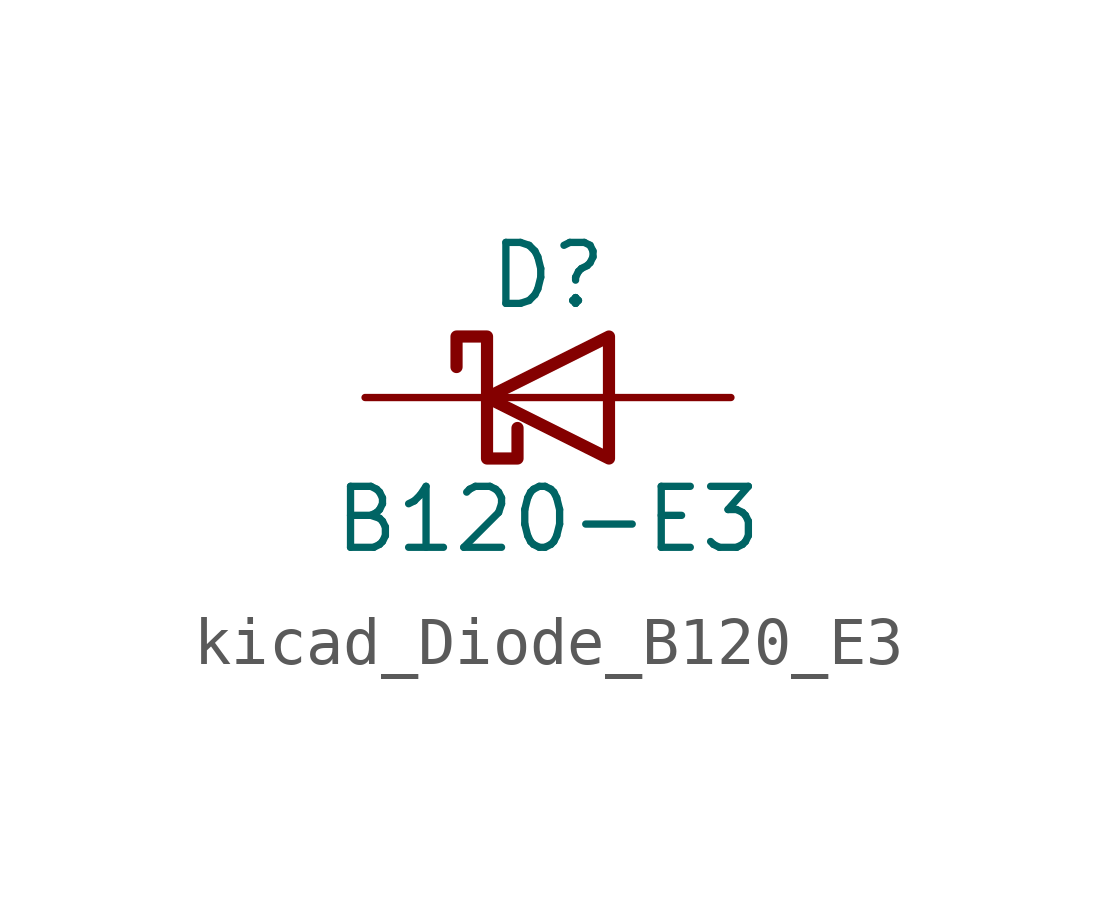
<source format=kicad_sym>
(kicad_symbol_lib
  (version 20220914)
  (generator kicad_symbol_editor)
  (symbol "kicad_Diode_B120_E3"
    (pin_numbers hide)
    (pin_names hide)
    (property "Reference" "D"
      (at 0 2.54 0)
      (effects (font (size 1.27 1.27))))
    (property "Value" "B120-E3"
      (at 0 -2.54 0)
      (effects (font (size 1.27 1.27))))
    (symbol "kicad_Diode_B120_E3_0_1"
      (polyline (pts (xy 1.27 0) (xy -1.27 0)) (stroke (width 0) (type default)) (fill (type none)))
      (polyline (pts (xy 1.27 1.27) (xy 1.27 -1.27) (xy -1.27 0) (xy 1.27 1.27)) (stroke (width 0.254) (type default)) (fill (type none)))
      (polyline (pts (xy -1.905 0.635) (xy -1.905 1.27) (xy -1.27 1.27) (xy -1.27 -1.27) (xy -0.635 -1.27) (xy -0.635 -0.635)) (stroke (width 0.254) (type default)) (fill (type none))))
    (symbol "kicad_Diode_B120_E3_1_1"
      (pin passive line (at -3.81 0 0) (length 2.54) (name "K" (effects (font (size 1.27 1.27)))) (number "1" (effects (font (size 1.27 1.27)))))
      (pin passive line (at 3.81 0 180) (length 2.54) (name "A" (effects (font (size 1.27 1.27)))) (number "2" (effects (font (size 1.27 1.27))))))))
</source>
